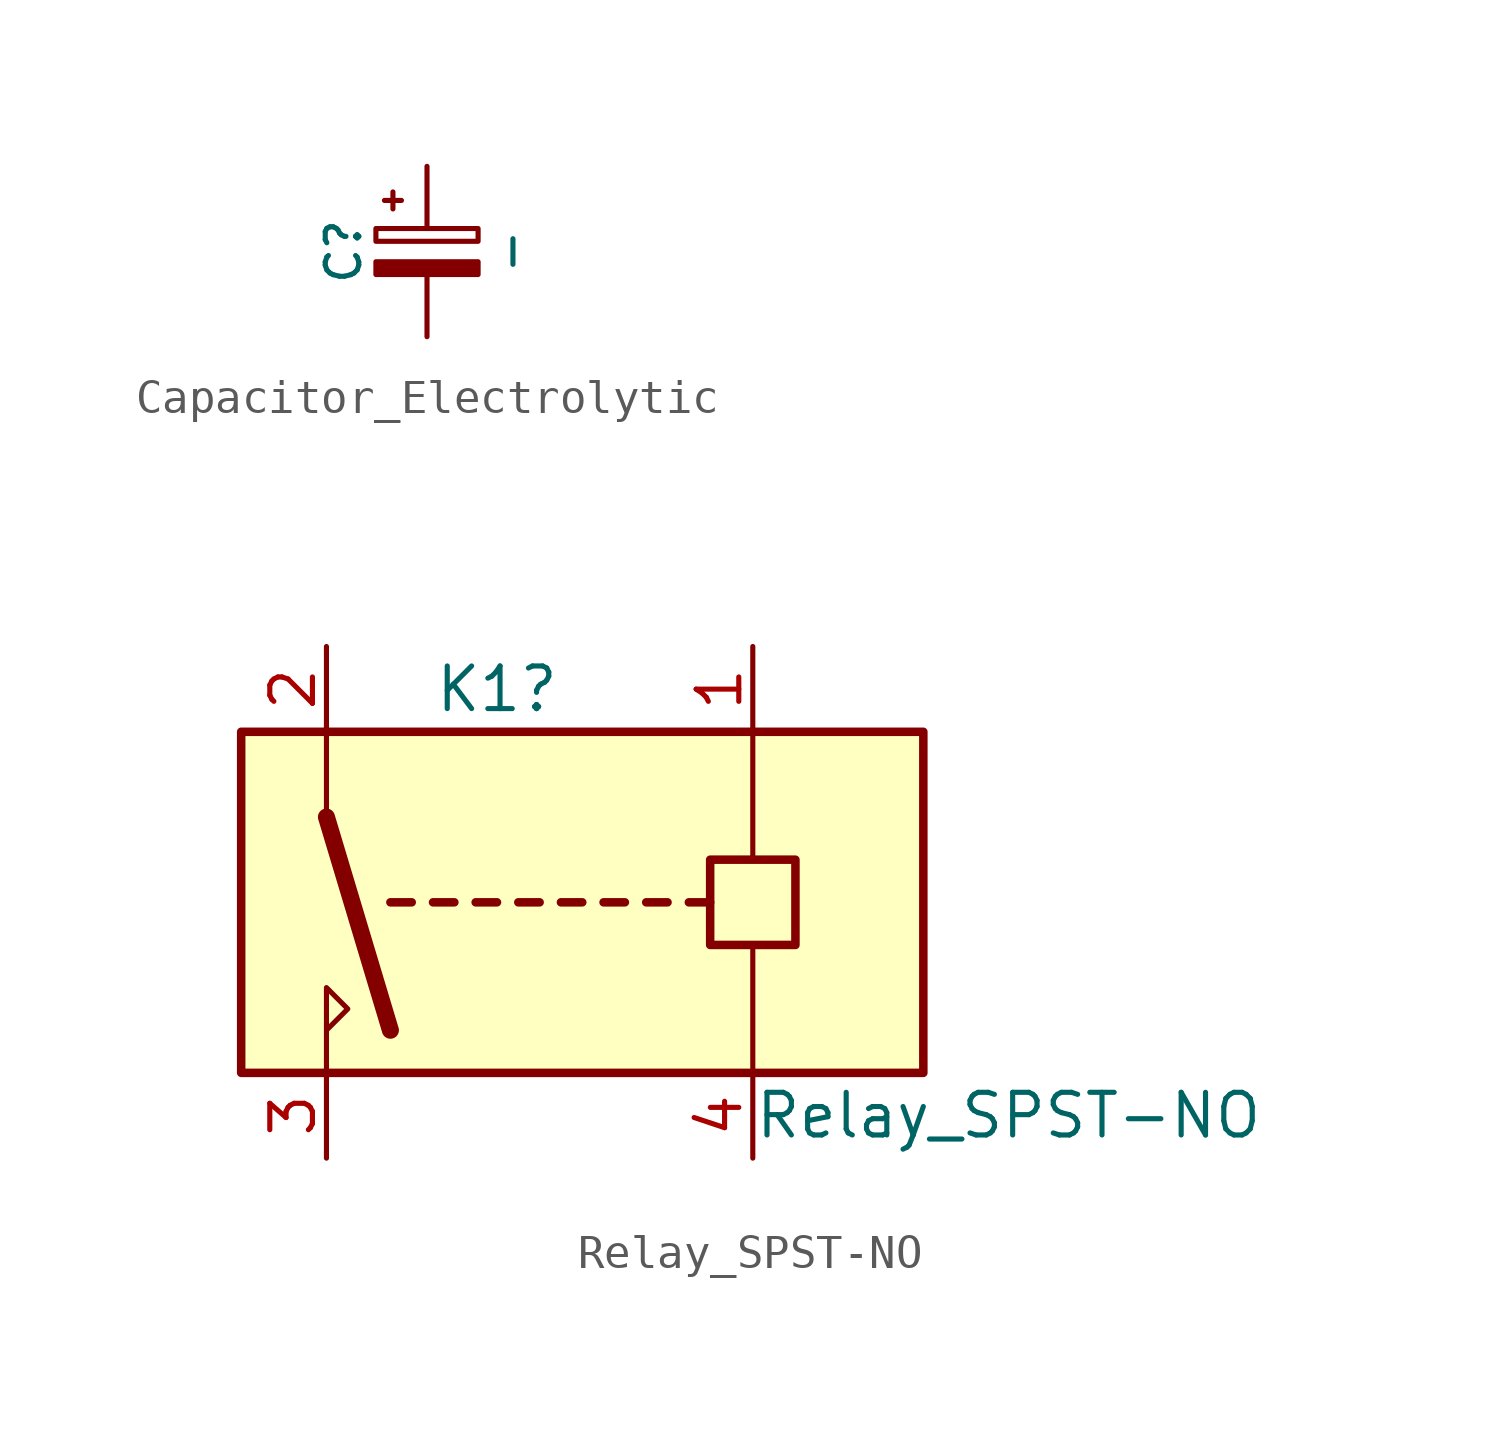
<source format=kicad_sym>
(kicad_symbol_lib
  (version 20220914)
  (generator kicad_symbol_editor)
  (symbol "Capacitor_Electrolytic"
    (pin_numbers hide)
    (pin_names
      (offset 0.254) hide)
    (property "Reference" "C"
      (at -1.905 0 90)
      (do_not_autoplace)
      (effects (font (size 1 1)) (justify bottom)))
    (property "Value" "-"
      (at 1.905 0 90)
      (do_not_autoplace)
      (effects (font (size 1 1)) (justify top)))
    (symbol "Capacitor_Electrolytic_0_1"
      (rectangle (start -1.524 -0.305) (end 1.524 -0.686) (stroke (width 0) (type default)) (fill (type outline)))
      (rectangle (start -1.524 0.686) (end 1.524 0.305) (stroke (width 0) (type default)) (fill (type none)))
      (polyline (pts (xy -1.27 1.524) (xy -0.762 1.524)) (stroke (width 0) (type default)) (fill (type none)))
      (polyline (pts (xy -1.016 1.27) (xy -1.016 1.778)) (stroke (width 0) (type default)) (fill (type none))))
    (symbol "Capacitor_Electrolytic_1_1"
      (pin passive line (at 0 2.54 270) (length 1.854) (name "~" (effects (font (size 1 1)))) (number "1" (effects (font (size 1 1)))))
      (pin passive line (at 0 -2.54 90) (length 1.854) (name "~" (effects (font (size 1 1)))) (number "2" (effects (font (size 1 1)))))))
  (symbol "Relay_SPST-NO"
    (property "Reference" "K1"
      (at 7.62 1.27 0)
      (do_not_autoplace)
      (effects (font (size 1.27 1.27))))
    (property "Value" "Relay_SPST-NO"
      (at 22.86 -11.43 0)
      (do_not_autoplace)
      (effects (font (size 1.27 1.27))))
    (symbol "Relay_SPST-NO_0_0"
      (polyline (pts (xy 2.54 -10.16) (xy 2.54 -7.62) (xy 3.175 -8.255) (xy 2.54 -8.89)) (stroke (width 0) (type default)) (fill (type none))))
    (symbol "Relay_SPST-NO_0_1"
      (polyline (pts (xy 2.54 -2.54) (xy 2.54 0)) (stroke (width 0) (type default)) (fill (type none)))
      (polyline (pts (xy 2.54 -2.54) (xy 4.445 -8.89)) (stroke (width 0.508) (type default)) (fill (type none)))
      (polyline (pts (xy 5.08 -5.08) (xy 4.445 -5.08)) (stroke (width 0.254) (type default)) (fill (type none)))
      (polyline (pts (xy 6.35 -5.08) (xy 5.715 -5.08)) (stroke (width 0.254) (type default)) (fill (type none)))
      (polyline (pts (xy 7.62 -5.08) (xy 6.985 -5.08)) (stroke (width 0.254) (type default)) (fill (type none)))
      (polyline (pts (xy 8.89 -5.08) (xy 8.255 -5.08)) (stroke (width 0.254) (type default)) (fill (type none)))
      (polyline (pts (xy 10.16 -5.08) (xy 9.525 -5.08)) (stroke (width 0.254) (type default)) (fill (type none)))
      (polyline (pts (xy 11.43 -5.08) (xy 10.795 -5.08)) (stroke (width 0.254) (type default)) (fill (type none)))
      (polyline (pts (xy 12.7 -5.08) (xy 12.065 -5.08)) (stroke (width 0.254) (type default)) (fill (type none)))
      (polyline (pts (xy 13.97 -5.08) (xy 13.335 -5.08)) (stroke (width 0.254) (type default)) (fill (type none)))
      (polyline (pts (xy 15.24 -10.16) (xy 15.24 -6.35)) (stroke (width 0) (type default)) (fill (type none)))
      (polyline (pts (xy 15.24 0) (xy 15.24 -3.81)) (stroke (width 0) (type default)) (fill (type none)))
      (rectangle (start 0 0) (end 20.32 -10.16) (stroke (width 0.254) (type default)) (fill (type background)))
      (rectangle (start 13.97 -3.81) (end 16.51 -6.35) (stroke (width 0.254) (type default)) (fill (type none))))
    (symbol "Relay_SPST-NO_1_1"
      (pin passive line (at 15.24 2.54 270) (length 2.54) (name "~" (effects (font (size 1.27 1.27)))) (number "1" (effects (font (size 1.27 1.27)))))
      (pin passive line (at 2.54 2.54 270) (length 2.54) (name "~" (effects (font (size 1.27 1.27)))) (number "2" (effects (font (size 1.27 1.27)))))
      (pin passive line (at 2.54 -12.7 90) (length 2.54) (name "~" (effects (font (size 1.27 1.27)))) (number "3" (effects (font (size 1.27 1.27)))))
      (pin passive line (at 15.24 -12.7 90) (length 2.54) (name "~" (effects (font (size 1.27 1.27)))) (number "4" (effects (font (size 1.27 1.27))))))))
</source>
